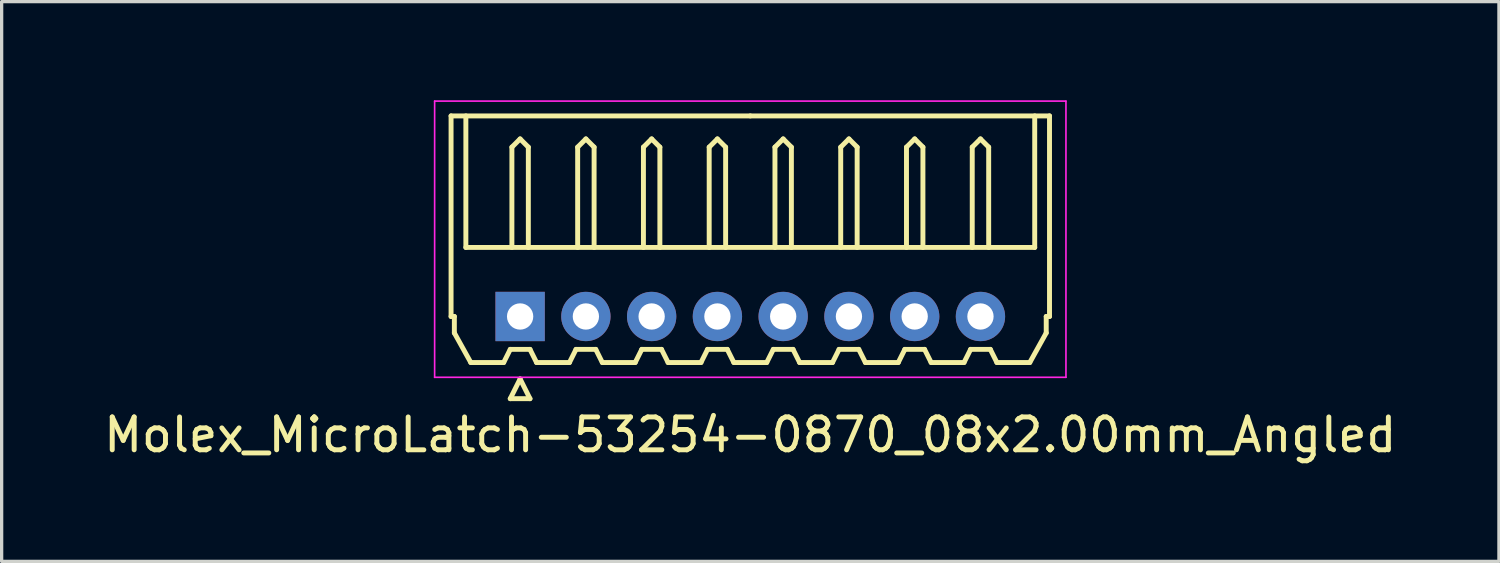
<source format=kicad_pcb>
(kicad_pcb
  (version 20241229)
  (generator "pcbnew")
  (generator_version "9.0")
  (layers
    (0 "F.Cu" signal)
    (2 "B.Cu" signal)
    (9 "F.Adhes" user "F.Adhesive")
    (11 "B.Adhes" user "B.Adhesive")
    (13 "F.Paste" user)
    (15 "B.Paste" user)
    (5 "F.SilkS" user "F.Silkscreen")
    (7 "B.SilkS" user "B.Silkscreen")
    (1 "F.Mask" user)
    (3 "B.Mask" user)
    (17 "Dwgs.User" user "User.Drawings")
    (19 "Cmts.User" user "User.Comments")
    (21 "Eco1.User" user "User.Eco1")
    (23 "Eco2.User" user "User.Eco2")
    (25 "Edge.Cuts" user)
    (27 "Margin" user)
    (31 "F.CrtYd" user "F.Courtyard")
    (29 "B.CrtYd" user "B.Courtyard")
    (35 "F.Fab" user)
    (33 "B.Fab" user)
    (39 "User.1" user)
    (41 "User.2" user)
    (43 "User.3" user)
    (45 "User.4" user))
  (footprint "Molex_MicroLatch-53254-0870_08x2.00mm_Angled"
    (layer "F.Cu")
    (at 12.768 6.575)
    (property "Reference" "Molex_MicroLatch-53254-0870_08x2.00mm_Angled" (at 7 3.6 0) (layer "F.SilkS") (effects (font (size 1 1) (thickness 0.15))))
    (attr through_hole)
    (fp_line (start -2.1 -6.1) (end 7 -6.1) (stroke (width 0.15) (type solid)) (layer "F.SilkS"))
    (fp_line (start -2.1 0) (end -2.1 -6.1) (stroke (width 0.15) (type solid)) (layer "F.SilkS"))
    (fp_line (start -2 0) (end -2.1 0) (stroke (width 0.15) (type solid)) (layer "F.SilkS"))
    (fp_line (start -2 0.5) (end -2 0) (stroke (width 0.15) (type solid)) (layer "F.SilkS"))
    (fp_line (start -1.65 -6.1) (end -1.65 -2.1) (stroke (width 0.15) (type solid)) (layer "F.SilkS"))
    (fp_line (start -1.65 -2.1) (end 15.65 -2.1) (stroke (width 0.15) (type solid)) (layer "F.SilkS"))
    (fp_line (start -1.5 1.4) (end -2 0.5) (stroke (width 0.15) (type solid)) (layer "F.SilkS"))
    (fp_line (start -0.5 1.4) (end -1.5 1.4) (stroke (width 0.15) (type solid)) (layer "F.SilkS"))
    (fp_line (start -0.3 1) (end -0.5 1.4) (stroke (width 0.15) (type solid)) (layer "F.SilkS"))
    (fp_line (start -0.3 1) (end 0.3 1) (stroke (width 0.15) (type solid)) (layer "F.SilkS"))
    (fp_line (start -0.3 2.5) (end 0.3 2.5) (stroke (width 0.15) (type solid)) (layer "F.SilkS"))
    (fp_line (start -0.25 -5.15) (end 0 -5.4) (stroke (width 0.15) (type solid)) (layer "F.SilkS"))
    (fp_line (start -0.25 -2.1) (end -0.25 -5.15) (stroke (width 0.15) (type solid)) (layer "F.SilkS"))
    (fp_line (start 0 -5.4) (end 0.25 -5.15) (stroke (width 0.15) (type solid)) (layer "F.SilkS"))
    (fp_line (start 0 1.9) (end -0.3 2.5) (stroke (width 0.15) (type solid)) (layer "F.SilkS"))
    (fp_line (start 0.25 -5.15) (end 0.25 -2.1) (stroke (width 0.15) (type solid)) (layer "F.SilkS"))
    (fp_line (start 0.3 1) (end 0.5 1.4) (stroke (width 0.15) (type solid)) (layer "F.SilkS"))
    (fp_line (start 0.3 2.5) (end 0 1.9) (stroke (width 0.15) (type solid)) (layer "F.SilkS"))
    (fp_line (start 0.5 1.4) (end 1.5 1.4) (stroke (width 0.15) (type solid)) (layer "F.SilkS"))
    (fp_line (start 1.5 1.4) (end 1.7 1) (stroke (width 0.15) (type solid)) (layer "F.SilkS"))
    (fp_line (start 1.7 1) (end 2.3 1) (stroke (width 0.15) (type solid)) (layer "F.SilkS"))
    (fp_line (start 1.75 -5.15) (end 2 -5.4) (stroke (width 0.15) (type solid)) (layer "F.SilkS"))
    (fp_line (start 1.75 -2.1) (end 1.75 -5.15) (stroke (width 0.15) (type solid)) (layer "F.SilkS"))
    (fp_line (start 2 -5.4) (end 2.25 -5.15) (stroke (width 0.15) (type solid)) (layer "F.SilkS"))
    (fp_line (start 2.25 -5.15) (end 2.25 -2.1) (stroke (width 0.15) (type solid)) (layer "F.SilkS"))
    (fp_line (start 2.3 1) (end 2.5 1.4) (stroke (width 0.15) (type solid)) (layer "F.SilkS"))
    (fp_line (start 2.5 1.4) (end 3.5 1.4) (stroke (width 0.15) (type solid)) (layer "F.SilkS"))
    (fp_line (start 3.5 1.4) (end 3.7 1) (stroke (width 0.15) (type solid)) (layer "F.SilkS"))
    (fp_line (start 3.7 1) (end 4.3 1) (stroke (width 0.15) (type solid)) (layer "F.SilkS"))
    (fp_line (start 3.75 -5.15) (end 4 -5.4) (stroke (width 0.15) (type solid)) (layer "F.SilkS"))
    (fp_line (start 3.75 -2.1) (end 3.75 -5.15) (stroke (width 0.15) (type solid)) (layer "F.SilkS"))
    (fp_line (start 4 -5.4) (end 4.25 -5.15) (stroke (width 0.15) (type solid)) (layer "F.SilkS"))
    (fp_line (start 4.25 -5.15) (end 4.25 -2.1) (stroke (width 0.15) (type solid)) (layer "F.SilkS"))
    (fp_line (start 4.3 1) (end 4.5 1.4) (stroke (width 0.15) (type solid)) (layer "F.SilkS"))
    (fp_line (start 4.5 1.4) (end 5.5 1.4) (stroke (width 0.15) (type solid)) (layer "F.SilkS"))
    (fp_line (start 5.5 1.4) (end 5.7 1) (stroke (width 0.15) (type solid)) (layer "F.SilkS"))
    (fp_line (start 5.7 1) (end 6.3 1) (stroke (width 0.15) (type solid)) (layer "F.SilkS"))
    (fp_line (start 5.75 -5.15) (end 6 -5.4) (stroke (width 0.15) (type solid)) (layer "F.SilkS"))
    (fp_line (start 5.75 -2.1) (end 5.75 -5.15) (stroke (width 0.15) (type solid)) (layer "F.SilkS"))
    (fp_line (start 6 -5.4) (end 6.25 -5.15) (stroke (width 0.15) (type solid)) (layer "F.SilkS"))
    (fp_line (start 6.25 -5.15) (end 6.25 -2.1) (stroke (width 0.15) (type solid)) (layer "F.SilkS"))
    (fp_line (start 6.3 1) (end 6.5 1.4) (stroke (width 0.15) (type solid)) (layer "F.SilkS"))
    (fp_line (start 6.5 1.4) (end 7.5 1.4) (stroke (width 0.15) (type solid)) (layer "F.SilkS"))
    (fp_line (start 7.5 1.4) (end 7.7 1) (stroke (width 0.15) (type solid)) (layer "F.SilkS"))
    (fp_line (start 7.7 1) (end 8.3 1) (stroke (width 0.15) (type solid)) (layer "F.SilkS"))
    (fp_line (start 7.75 -5.15) (end 8 -5.4) (stroke (width 0.15) (type solid)) (layer "F.SilkS"))
    (fp_line (start 7.75 -2.1) (end 7.75 -5.15) (stroke (width 0.15) (type solid)) (layer "F.SilkS"))
    (fp_line (start 8 -5.4) (end 8.25 -5.15) (stroke (width 0.15) (type solid)) (layer "F.SilkS"))
    (fp_line (start 8.25 -5.15) (end 8.25 -2.1) (stroke (width 0.15) (type solid)) (layer "F.SilkS"))
    (fp_line (start 8.3 1) (end 8.5 1.4) (stroke (width 0.15) (type solid)) (layer "F.SilkS"))
    (fp_line (start 8.5 1.4) (end 9.5 1.4) (stroke (width 0.15) (type solid)) (layer "F.SilkS"))
    (fp_line (start 9.5 1.4) (end 9.7 1) (stroke (width 0.15) (type solid)) (layer "F.SilkS"))
    (fp_line (start 9.7 1) (end 10.3 1) (stroke (width 0.15) (type solid)) (layer "F.SilkS"))
    (fp_line (start 9.75 -5.15) (end 10 -5.4) (stroke (width 0.15) (type solid)) (layer "F.SilkS"))
    (fp_line (start 9.75 -2.1) (end 9.75 -5.15) (stroke (width 0.15) (type solid)) (layer "F.SilkS"))
    (fp_line (start 10 -5.4) (end 10.25 -5.15) (stroke (width 0.15) (type solid)) (layer "F.SilkS"))
    (fp_line (start 10.25 -5.15) (end 10.25 -2.1) (stroke (width 0.15) (type solid)) (layer "F.SilkS"))
    (fp_line (start 10.3 1) (end 10.5 1.4) (stroke (width 0.15) (type solid)) (layer "F.SilkS"))
    (fp_line (start 10.5 1.4) (end 11.5 1.4) (stroke (width 0.15) (type solid)) (layer "F.SilkS"))
    (fp_line (start 11.5 1.4) (end 11.7 1) (stroke (width 0.15) (type solid)) (layer "F.SilkS"))
    (fp_line (start 11.7 1) (end 12.3 1) (stroke (width 0.15) (type solid)) (layer "F.SilkS"))
    (fp_line (start 11.75 -5.15) (end 12 -5.4) (stroke (width 0.15) (type solid)) (layer "F.SilkS"))
    (fp_line (start 11.75 -2.1) (end 11.75 -5.15) (stroke (width 0.15) (type solid)) (layer "F.SilkS"))
    (fp_line (start 12 -5.4) (end 12.25 -5.15) (stroke (width 0.15) (type solid)) (layer "F.SilkS"))
    (fp_line (start 12.25 -5.15) (end 12.25 -2.1) (stroke (width 0.15) (type solid)) (layer "F.SilkS"))
    (fp_line (start 12.3 1) (end 12.5 1.4) (stroke (width 0.15) (type solid)) (layer "F.SilkS"))
    (fp_line (start 12.5 1.4) (end 13.5 1.4) (stroke (width 0.15) (type solid)) (layer "F.SilkS"))
    (fp_line (start 13.5 1.4) (end 13.7 1) (stroke (width 0.15) (type solid)) (layer "F.SilkS"))
    (fp_line (start 13.7 1) (end 14.3 1) (stroke (width 0.15) (type solid)) (layer "F.SilkS"))
    (fp_line (start 13.75 -5.15) (end 14 -5.4) (stroke (width 0.15) (type solid)) (layer "F.SilkS"))
    (fp_line (start 13.75 -2.1) (end 13.75 -5.15) (stroke (width 0.15) (type solid)) (layer "F.SilkS"))
    (fp_line (start 14 -5.4) (end 14.25 -5.15) (stroke (width 0.15) (type solid)) (layer "F.SilkS"))
    (fp_line (start 14.25 -5.15) (end 14.25 -2.1) (stroke (width 0.15) (type solid)) (layer "F.SilkS"))
    (fp_line (start 14.3 1) (end 14.5 1.4) (stroke (width 0.15) (type solid)) (layer "F.SilkS"))
    (fp_line (start 14.5 1.4) (end 15.5 1.4) (stroke (width 0.15) (type solid)) (layer "F.SilkS"))
    (fp_line (start 15.5 1.4) (end 16 0.5) (stroke (width 0.15) (type solid)) (layer "F.SilkS"))
    (fp_line (start 15.65 -2.1) (end 15.65 -6.1) (stroke (width 0.15) (type solid)) (layer "F.SilkS"))
    (fp_line (start 16 0) (end 16.1 0) (stroke (width 0.15) (type solid)) (layer "F.SilkS"))
    (fp_line (start 16 0.5) (end 16 0) (stroke (width 0.15) (type solid)) (layer "F.SilkS"))
    (fp_line (start 16.1 -6.1) (end 7 -6.1) (stroke (width 0.15) (type solid)) (layer "F.SilkS"))
    (fp_line (start 16.1 0) (end 16.1 -6.1) (stroke (width 0.15) (type solid)) (layer "F.SilkS"))
    (fp_line (start -2.6 -6.55) (end -2.6 1.85) (stroke (width 0.05) (type solid)) (layer "F.CrtYd"))
    (fp_line (start -2.6 1.85) (end 16.6 1.85) (stroke (width 0.05) (type solid)) (layer "F.CrtYd"))
    (fp_line (start 16.6 -6.55) (end -2.6 -6.55) (stroke (width 0.05) (type solid)) (layer "F.CrtYd"))
    (fp_line (start 16.6 1.85) (end 16.6 -6.55) (stroke (width 0.05) (type solid)) (layer "F.CrtYd"))
    (pad "1" thru_hole rect (at 0 0) (size 1.5 1.5) (drill 0.8) (layers "*.Cu" "*.Mask"))
    (pad "2" thru_hole circle (at 2 0) (size 1.5 1.5) (drill 0.8) (layers "*.Cu" "*.Mask"))
    (pad "3" thru_hole circle (at 4 0) (size 1.5 1.5) (drill 0.8) (layers "*.Cu" "*.Mask"))
    (pad "4" thru_hole circle (at 6 0) (size 1.5 1.5) (drill 0.8) (layers "*.Cu" "*.Mask"))
    (pad "5" thru_hole circle (at 8 0) (size 1.5 1.5) (drill 0.8) (layers "*.Cu" "*.Mask"))
    (pad "6" thru_hole circle (at 10 0) (size 1.5 1.5) (drill 0.8) (layers "*.Cu" "*.Mask"))
    (pad "7" thru_hole circle (at 12 0) (size 1.5 1.5) (drill 0.8) (layers "*.Cu" "*.Mask"))
    (pad "8" thru_hole circle (at 14 0) (size 1.5 1.5) (drill 0.8) (layers "*.Cu" "*.Mask")))
  (gr_rect
    (start -3 -3)
    (end 42.536 14.023)
    (stroke (width 0.1) (type default))
    (fill no)
    (layer "Edge.Cuts")))
</source>
